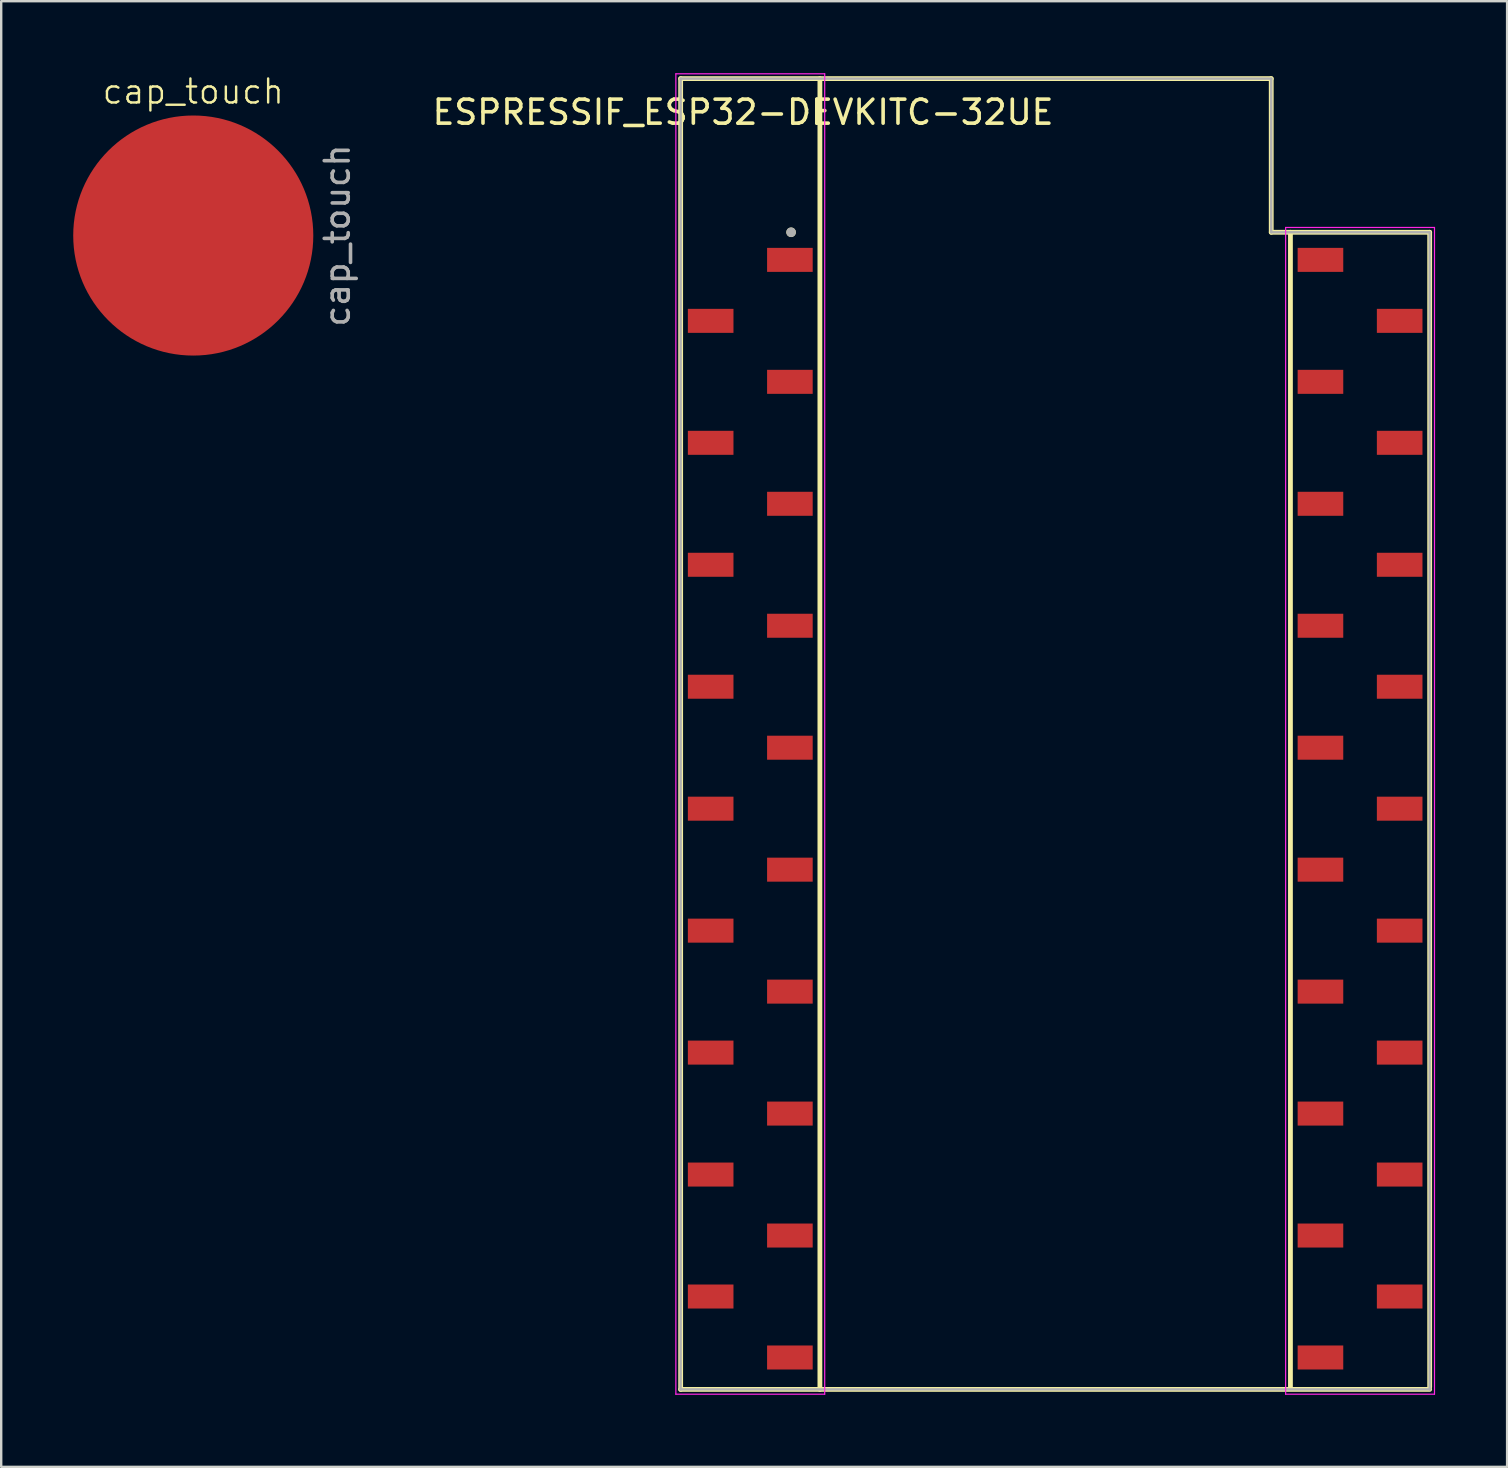
<source format=kicad_pcb>
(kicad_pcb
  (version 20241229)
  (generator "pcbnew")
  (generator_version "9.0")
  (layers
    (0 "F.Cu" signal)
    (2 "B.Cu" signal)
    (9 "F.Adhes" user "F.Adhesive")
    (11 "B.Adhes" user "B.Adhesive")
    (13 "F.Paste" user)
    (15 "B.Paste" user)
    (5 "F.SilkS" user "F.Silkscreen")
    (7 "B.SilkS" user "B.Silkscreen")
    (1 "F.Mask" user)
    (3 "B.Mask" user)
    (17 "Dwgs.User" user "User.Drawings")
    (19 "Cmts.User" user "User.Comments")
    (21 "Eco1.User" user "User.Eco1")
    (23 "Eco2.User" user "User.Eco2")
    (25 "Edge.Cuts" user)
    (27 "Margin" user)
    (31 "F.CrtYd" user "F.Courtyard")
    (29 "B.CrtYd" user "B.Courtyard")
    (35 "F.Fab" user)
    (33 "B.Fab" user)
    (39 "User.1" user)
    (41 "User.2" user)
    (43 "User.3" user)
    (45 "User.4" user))
  (footprint "cap_touch"
    (layer "F.Cu")
    (at 5 6.761)
    (property "Reference" "cap_touch" (at 0 -6 0) (unlocked yes) (layer "F.SilkS") (effects (font (size 1 1) (thickness 0.1))))
    (attr smd)
    (fp_text user "${REFERENCE}" (at 6 0 90) (unlocked yes) (layer "F.Fab") (effects (font (size 1 1) (thickness 0.15))))
    (pad "1" smd circle (at 0 0) (size 10 10) (layers "F.Cu")))
  (footprint "ESPRESSIF_ESP32-DEVKITC-32UE"
    (layer "F.Cu")
    (at 40.902 30.625)
    (property "Reference" "ESPRESSIF_ESP32-DEVKITC-32UE" (at -13 -29 0) (layer "F.SilkS") (effects (font (size 1 1) (thickness 0.15))))
    (attr smd)
    (fp_line (start -15.6 -30.4) (end 9 -30.4) (stroke (width 0.2) (type solid)) (layer "F.SilkS"))
    (fp_line (start -15.6 24.2) (end -15.6 -30.4) (stroke (width 0.2) (type solid)) (layer "F.SilkS"))
    (fp_line (start -9.8 24.2) (end -9.8 -30.4) (stroke (width 0.2) (type solid)) (layer "F.SilkS"))
    (fp_line (start 9 -30.4) (end 9 -24) (stroke (width 0.2) (type solid)) (layer "F.SilkS"))
    (fp_line (start 9 -24) (end 15.6 -24) (stroke (width 0.2) (type solid)) (layer "F.SilkS"))
    (fp_line (start 9.8 -24) (end 9.8 24.1) (stroke (width 0.2) (type solid)) (layer "F.SilkS"))
    (fp_line (start 15.6 -24) (end 15.6 24.1) (stroke (width 0.2) (type solid)) (layer "F.SilkS"))
    (fp_line (start 15.6 24.2) (end -15.6 24.2) (stroke (width 0.2) (type solid)) (layer "F.SilkS"))
    (fp_circle (center -11 -24) (end -10.9 -24) (stroke (width 0.2) (type solid)) (fill no) (layer "F.SilkS"))
    (fp_line (start -15.8 -30.6) (end -9.6 -30.6) (stroke (width 0.05) (type default)) (layer "F.CrtYd"))
    (fp_line (start -15.8 24.4) (end -15.8 -30.6) (stroke (width 0.05) (type default)) (layer "F.CrtYd"))
    (fp_line (start -9.6 24.4) (end -15.8 24.4) (stroke (width 0.05) (type default)) (layer "F.CrtYd"))
    (fp_line (start -9.6 24.4) (end -9.6 -30.6) (stroke (width 0.05) (type default)) (layer "F.CrtYd"))
    (fp_line (start 9.6 -24.2) (end 9.6 24.4) (stroke (width 0.05) (type default)) (layer "F.CrtYd"))
    (fp_line (start 9.6 -24.2) (end 15.8 -24.2) (stroke (width 0.05) (type default)) (layer "F.CrtYd"))
    (fp_line (start 15.8 -24.2) (end 15.8 24.4) (stroke (width 0.05) (type default)) (layer "F.CrtYd"))
    (fp_line (start 15.8 24.4) (end 9.6 24.4) (stroke (width 0.05) (type default)) (layer "F.CrtYd"))
    (fp_line (start -15.6 -30.4) (end 9 -30.4) (stroke (width 0.1) (type default)) (layer "F.Fab"))
    (fp_line (start -15.6 24.2) (end -15.6 -30.4) (stroke (width 0.1) (type default)) (layer "F.Fab"))
    (fp_line (start 9 -30.4) (end 9 -24) (stroke (width 0.1) (type default)) (layer "F.Fab"))
    (fp_line (start 15.6 -24) (end 9 -24) (stroke (width 0.1) (type default)) (layer "F.Fab"))
    (fp_line (start 15.6 -24) (end 15.6 24.2) (stroke (width 0.1) (type default)) (layer "F.Fab"))
    (fp_line (start 15.6 24.2) (end -15.6 24.2) (stroke (width 0.1) (type default)) (layer "F.Fab"))
    (fp_circle (center -11 -24) (end -10.9 -24) (stroke (width 0.2) (type solid)) (fill no) (layer "F.Fab"))
    (pad "1" smd rect (at -11.05 -22.85) (size 1.9 1) (layers "F.Cu" "F.Mask" "F.Paste"))
    (pad "2" smd rect (at -14.35 -20.31) (size 1.9 1) (layers "F.Cu" "F.Mask" "F.Paste"))
    (pad "3" smd rect (at -11.05 -17.77) (size 1.9 1) (layers "F.Cu" "F.Mask" "F.Paste"))
    (pad "4" smd rect (at -14.35 -15.23) (size 1.9 1) (layers "F.Cu" "F.Mask" "F.Paste"))
    (pad "5" smd rect (at -11.05 -12.69) (size 1.9 1) (layers "F.Cu" "F.Mask" "F.Paste"))
    (pad "6" smd rect (at -14.35 -10.15) (size 1.9 1) (layers "F.Cu" "F.Mask" "F.Paste"))
    (pad "7" smd rect (at -11.05 -7.61) (size 1.9 1) (layers "F.Cu" "F.Mask" "F.Paste"))
    (pad "8" smd rect (at -14.35 -5.07) (size 1.9 1) (layers "F.Cu" "F.Mask" "F.Paste"))
    (pad "9" smd rect (at -11.05 -2.53) (size 1.9 1) (layers "F.Cu" "F.Mask" "F.Paste"))
    (pad "10" smd rect (at -14.35 0.01) (size 1.9 1) (layers "F.Cu" "F.Mask" "F.Paste"))
    (pad "11" smd rect (at -11.05 2.55) (size 1.9 1) (layers "F.Cu" "F.Mask" "F.Paste"))
    (pad "12" smd rect (at -14.35 5.09) (size 1.9 1) (layers "F.Cu" "F.Mask" "F.Paste"))
    (pad "13" smd rect (at -11.05 7.63) (size 1.9 1) (layers "F.Cu" "F.Mask" "F.Paste"))
    (pad "14" smd rect (at -14.35 10.17) (size 1.9 1) (layers "F.Cu" "F.Mask" "F.Paste"))
    (pad "15" smd rect (at -11.05 12.71) (size 1.9 1) (layers "F.Cu" "F.Mask" "F.Paste"))
    (pad "16" smd rect (at -14.35 15.25) (size 1.9 1) (layers "F.Cu" "F.Mask" "F.Paste"))
    (pad "17" smd rect (at -11.05 17.79) (size 1.9 1) (layers "F.Cu" "F.Mask" "F.Paste"))
    (pad "18" smd rect (at -14.35 20.33) (size 1.9 1) (layers "F.Cu" "F.Mask" "F.Paste"))
    (pad "19" smd rect (at -11.05 22.87) (size 1.9 1) (layers "F.Cu" "F.Mask" "F.Paste"))
    (pad "20" smd rect (at 11.05 -22.85) (size 1.9 1) (layers "F.Cu" "F.Mask" "F.Paste"))
    (pad "21" smd rect (at 14.35 -20.31) (size 1.9 1) (layers "F.Cu" "F.Mask" "F.Paste"))
    (pad "22" smd rect (at 11.05 -17.77) (size 1.9 1) (layers "F.Cu" "F.Mask" "F.Paste"))
    (pad "23" smd rect (at 14.35 -15.23) (size 1.9 1) (layers "F.Cu" "F.Mask" "F.Paste"))
    (pad "24" smd rect (at 11.05 -12.69) (size 1.9 1) (layers "F.Cu" "F.Mask" "F.Paste"))
    (pad "25" smd rect (at 14.35 -10.15) (size 1.9 1) (layers "F.Cu" "F.Mask" "F.Paste"))
    (pad "26" smd rect (at 11.05 -7.61) (size 1.9 1) (layers "F.Cu" "F.Mask" "F.Paste"))
    (pad "27" smd rect (at 14.35 -5.07) (size 1.9 1) (layers "F.Cu" "F.Mask" "F.Paste"))
    (pad "28" smd rect (at 11.05 -2.53) (size 1.9 1) (layers "F.Cu" "F.Mask" "F.Paste"))
    (pad "29" smd rect (at 14.35 0.01) (size 1.9 1) (layers "F.Cu" "F.Mask" "F.Paste"))
    (pad "30" smd rect (at 11.05 2.55) (size 1.9 1) (layers "F.Cu" "F.Mask" "F.Paste"))
    (pad "31" smd rect (at 14.35 5.09) (size 1.9 1) (layers "F.Cu" "F.Mask" "F.Paste"))
    (pad "32" smd rect (at 11.05 7.63) (size 1.9 1) (layers "F.Cu" "F.Mask" "F.Paste"))
    (pad "33" smd rect (at 14.35 10.17) (size 1.9 1) (layers "F.Cu" "F.Mask" "F.Paste"))
    (pad "34" smd rect (at 11.05 12.71) (size 1.9 1) (layers "F.Cu" "F.Mask" "F.Paste"))
    (pad "35" smd rect (at 14.35 15.25) (size 1.9 1) (layers "F.Cu" "F.Mask" "F.Paste"))
    (pad "36" smd rect (at 11.05 17.79) (size 1.9 1) (layers "F.Cu" "F.Mask" "F.Paste"))
    (pad "37" smd rect (at 14.35 20.33) (size 1.9 1) (layers "F.Cu" "F.Mask" "F.Paste"))
    (pad "38" smd rect (at 11.05 22.87) (size 1.9 1) (layers "F.Cu" "F.Mask" "F.Paste")))
  (gr_rect
    (start -3 -3)
    (end 59.727 58.05)
    (stroke (width 0.1) (type default))
    (fill no)
    (layer "Edge.Cuts")))
</source>
